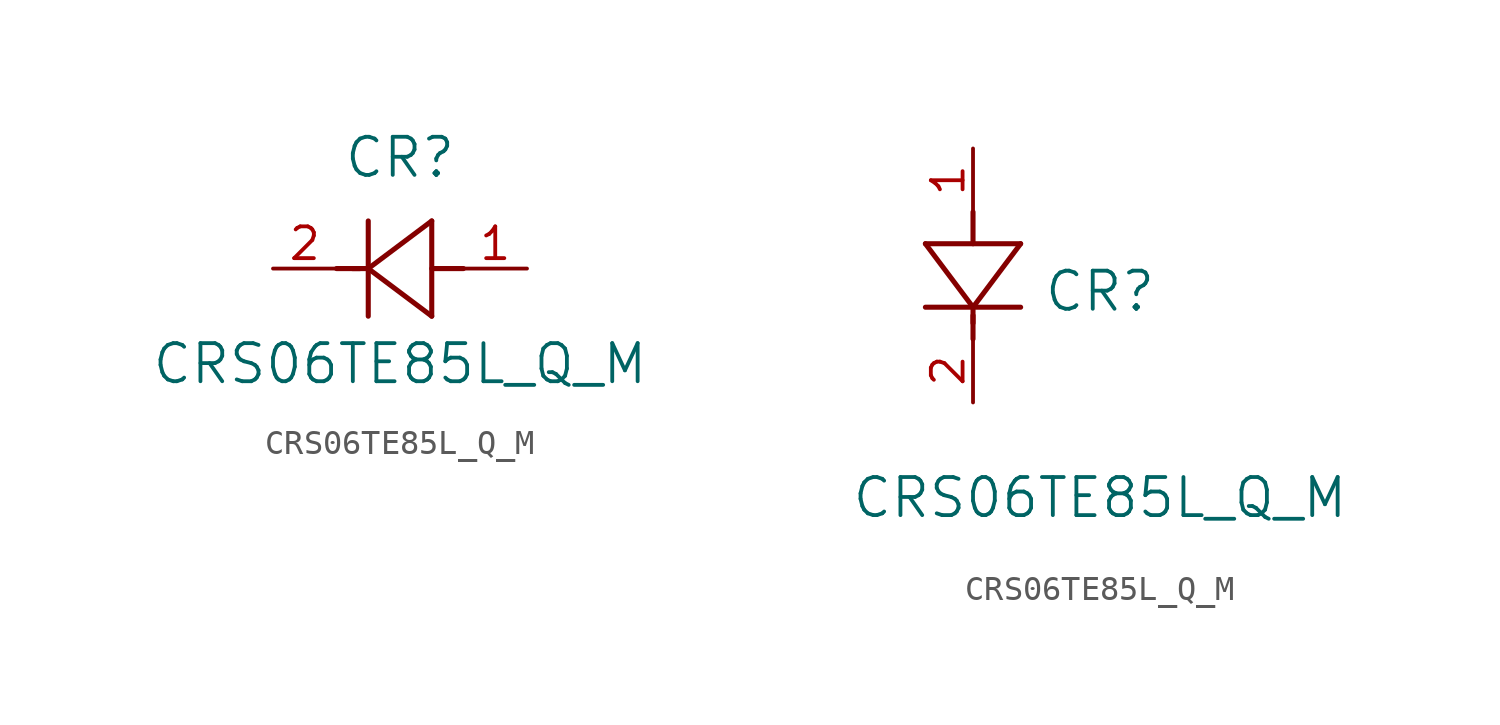
<source format=kicad_sym>
(kicad_symbol_lib
  (version 20211014)
  (generator kicad_symbol_editor)
  (symbol "CRS06TE85L_Q_M"
    (pin_names
      (offset 0.254))
    (property "Reference" "CR"
      (at 5.08 4.445 0)
      (effects (font (size 1.524 1.524))))
    (property "Value" "CRS06TE85L_Q_M"
      (at 5.08 -3.81 0)
      (effects (font (size 1.524 1.524))))
    (symbol "CRS06TE85L_Q_M_1_1"
      (polyline (pts (xy 2.54 0) (xy 3.48 0)) (stroke (width 0.203) (type default) (color 0 0 0 0)) (fill (type none)))
      (polyline (pts (xy 3.81 1.905) (xy 3.81 -1.905)) (stroke (width 0.203) (type default) (color 0 0 0 0)) (fill (type none)))
      (polyline (pts (xy 3.175 0) (xy 3.81 0)) (stroke (width 0.203) (type default) (color 0 0 0 0)) (fill (type none)))
      (polyline (pts (xy 6.35 -1.905) (xy 6.35 1.905)) (stroke (width 0.203) (type default) (color 0 0 0 0)) (fill (type none)))
      (polyline (pts (xy 6.35 0) (xy 7.62 0)) (stroke (width 0.203) (type default) (color 0 0 0 0)) (fill (type none)))
      (polyline (pts (xy 6.35 1.905) (xy 3.81 0)) (stroke (width 0.203) (type default) (color 0 0 0 0)) (fill (type none)))
      (polyline (pts (xy 3.81 0) (xy 6.35 -1.905)) (stroke (width 0.203) (type default) (color 0 0 0 0)) (fill (type none)))
      (pin unspecified line (at 0 0 0) (length 2.54) (name "" (effects (font (size 1.27 1.27)))) (number "2" (effects (font (size 1.27 1.27)))))
      (pin unspecified line (at 10.16 0 180) (length 2.54) (name "" (effects (font (size 1.27 1.27)))) (number "1" (effects (font (size 1.27 1.27))))))
    (symbol "CRS06TE85L_Q_M_1_2"
      (polyline (pts (xy 0 2.54) (xy 0 3.48)) (stroke (width 0.203) (type default) (color 0 0 0 0)) (fill (type none)))
      (polyline (pts (xy -1.905 3.81) (xy 1.905 3.81)) (stroke (width 0.203) (type default) (color 0 0 0 0)) (fill (type none)))
      (polyline (pts (xy 0 3.175) (xy 0 3.81)) (stroke (width 0.203) (type default) (color 0 0 0 0)) (fill (type none)))
      (polyline (pts (xy 1.905 6.35) (xy -1.905 6.35)) (stroke (width 0.203) (type default) (color 0 0 0 0)) (fill (type none)))
      (polyline (pts (xy 0 6.35) (xy 0 7.62)) (stroke (width 0.203) (type default) (color 0 0 0 0)) (fill (type none)))
      (polyline (pts (xy -1.905 6.35) (xy 0 3.81)) (stroke (width 0.203) (type default) (color 0 0 0 0)) (fill (type none)))
      (polyline (pts (xy 1.905 6.35) (xy 0 3.81)) (stroke (width 0.203) (type default) (color 0 0 0 0)) (fill (type none)))
      (pin unspecified line (at 0 0 90) (length 2.54) (name "" (effects (font (size 1.27 1.27)))) (number "2" (effects (font (size 1.27 1.27)))))
      (pin unspecified line (at 0 10.16 270) (length 2.54) (name "" (effects (font (size 1.27 1.27)))) (number "1" (effects (font (size 1.27 1.27))))))))
</source>
